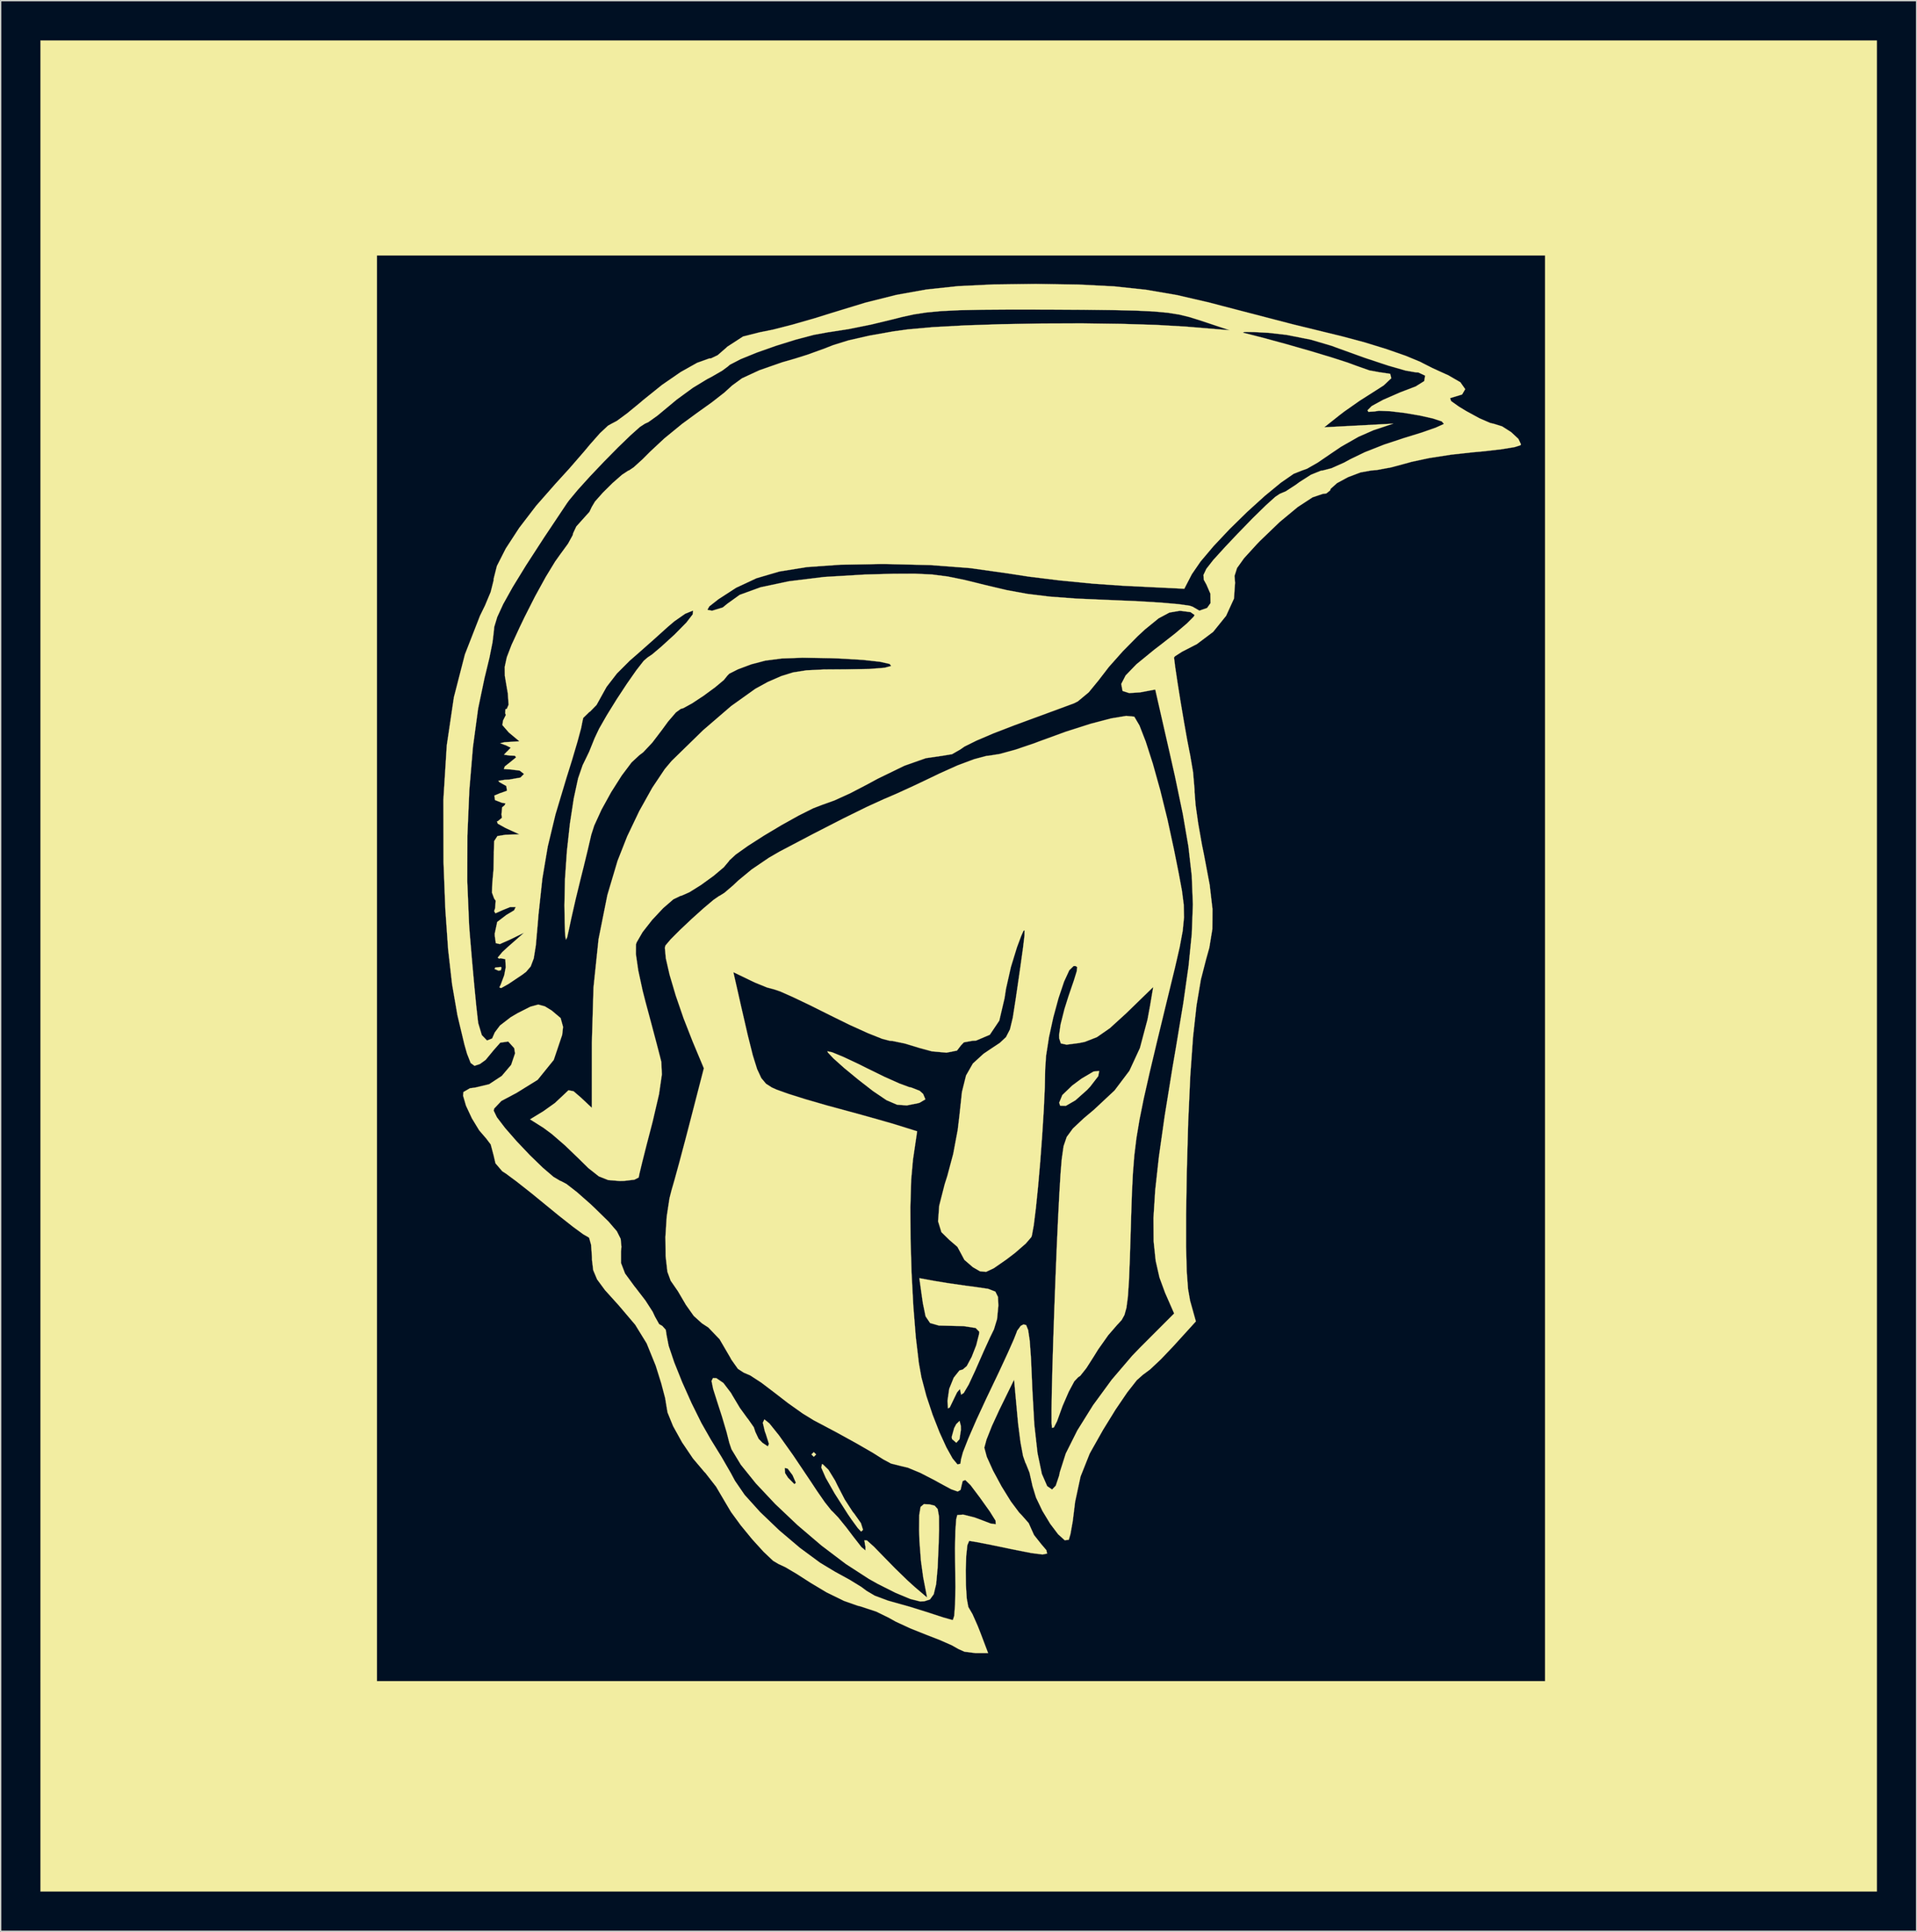
<source format=kicad_pcb>
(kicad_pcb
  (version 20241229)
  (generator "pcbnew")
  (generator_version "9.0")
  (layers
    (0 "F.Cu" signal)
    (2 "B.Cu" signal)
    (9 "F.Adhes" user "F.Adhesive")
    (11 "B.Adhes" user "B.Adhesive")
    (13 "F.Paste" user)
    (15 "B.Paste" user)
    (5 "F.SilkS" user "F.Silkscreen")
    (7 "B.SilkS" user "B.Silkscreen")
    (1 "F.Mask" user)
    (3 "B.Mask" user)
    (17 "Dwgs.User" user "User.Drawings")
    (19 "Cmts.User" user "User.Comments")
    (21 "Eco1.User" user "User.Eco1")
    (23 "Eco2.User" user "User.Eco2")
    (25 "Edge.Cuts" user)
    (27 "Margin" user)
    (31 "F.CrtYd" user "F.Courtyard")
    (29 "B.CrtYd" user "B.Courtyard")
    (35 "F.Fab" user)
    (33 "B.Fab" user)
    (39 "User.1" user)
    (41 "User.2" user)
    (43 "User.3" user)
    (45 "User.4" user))
  (footprint "MFam"
    (layer "F.Cu")
    (at 69.149 69.855)
    (property "Reference" "MFam" (at 0 0 0) (layer "F.SilkS") (effects (font (size 1.524 1.524) (thickness 0.3))))
    (attr through_hole)
    (fp_poly (pts (xy -10.583 36.865) (xy -10.76 37.042) (xy -10.936 36.865) (xy -10.76 36.689) (xy -10.583 36.865)) (stroke (width 0.01) (type solid)) (fill yes) (layer "F.SilkS"))
    (fp_poly (pts (xy -34.337 0.118) (xy -34.385 0.327) (xy -34.572 0.353) (xy -34.863 0.224) (xy -34.807 0.118) (xy -34.389 0.075) (xy -34.337 0.118)) (stroke (width 0.01) (type solid)) (fill yes) (layer "F.SilkS"))
    (fp_poly (pts (xy 0.34 34.704) (xy 0.347 35.013) (xy 0.241 35.717) (xy 0 35.983) (xy -0.324 35.705) (xy -0.347 35.542) (xy -0.162 34.875) (xy 0 34.572) (xy 0.245 34.334) (xy 0.34 34.704)) (stroke (width 0.01) (type solid)) (fill yes) (layer "F.SilkS"))
    (fp_poly (pts (xy 69.497 69.85) (xy -69.144 69.85) (xy -69.144 -53.622) (xy -43.744 -53.622) (xy -43.744 53.975) (xy 44.45 53.975) (xy 44.45 -53.622) (xy -43.744 -53.622) (xy -69.144 -53.622) (xy -69.144 -69.85) (xy 69.497 -69.85) (xy 69.497 69.85)) (stroke (width 0.01) (type solid)) (fill yes) (layer "F.SilkS"))
    (fp_poly (pts (xy 10.715 8.316) (xy 10.111 9.101) (xy 9.873 9.354) (xy 8.993 10.137) (xy 8.273 10.553) (xy 7.839 10.544) (xy 7.767 10.319) (xy 8.004 9.741) (xy 8.751 9.022) (xy 9.457 8.499) (xy 10.364 7.965) (xy 10.791 7.921) (xy 10.715 8.316)) (stroke (width 0.01) (type solid)) (fill yes) (layer "F.SilkS"))
    (fp_poly (pts (xy -10.075 37.612) (xy -9.654 38.022) (xy -9.151 38.84) (xy -8.979 39.195) (xy -8.422 40.271) (xy -7.831 41.183) (xy -7.7 41.345) (xy -7.203 42.048) (xy -7.042 42.553) (xy -7.184 42.686) (xy -7.437 42.421) (xy -7.928 41.75) (xy -8.191 41.363) (xy -9.183 39.809) (xy -9.86 38.621) (xy -10.191 37.863) (xy -10.144 37.596) (xy -10.075 37.612)) (stroke (width 0.01) (type solid)) (fill yes) (layer "F.SilkS"))
    (fp_poly (pts (xy -9.367 6.516) (xy -8.53 6.861) (xy -7.367 7.407) (xy -6.731 7.725) (xy -5.413 8.37) (xy -4.299 8.867) (xy -3.561 9.141) (xy -3.4 9.172) (xy -2.765 9.421) (xy -2.505 9.658) (xy -2.335 10.065) (xy -2.768 10.321) (xy -2.903 10.359) (xy -3.74 10.524) (xy -4.473 10.47) (xy -5.266 10.131) (xy -6.287 9.441) (xy -7.384 8.589) (xy -8.466 7.699) (xy -9.275 6.976) (xy -9.698 6.526) (xy -9.729 6.437) (xy -9.367 6.516)) (stroke (width 0.01) (type solid)) (fill yes) (layer "F.SilkS"))
    (fp_poly (pts (xy -1.66 23.768) (xy -0.626 23.937) (xy 0.699 24.127) (xy 1.323 24.208) (xy 2.397 24.365) (xy 2.947 24.577) (xy 3.147 24.979) (xy 3.175 25.631) (xy 3.077 26.646) (xy 2.84 27.428) (xy 2.837 27.433) (xy 2.537 28.047) (xy 2.059 29.096) (xy 1.501 30.366) (xy 1.436 30.515) (xy 0.941 31.58) (xy 0.561 32.227) (xy 0.362 32.355) (xy 0.347 32.279) (xy 0.274 31.927) (xy 0.061 32.172) (xy -0.164 32.632) (xy -0.493 33.316) (xy -0.628 33.389) (xy -0.663 32.884) (xy -0.664 32.808) (xy -0.535 31.913) (xy -0.195 31.072) (xy 0.235 30.529) (xy 0.498 30.45) (xy 0.791 30.195) (xy 1.162 29.503) (xy 1.507 28.62) (xy 1.717 27.789) (xy 1.737 27.605) (xy 1.46 27.321) (xy 0.555 27.182) (xy -0.187 27.164) (xy -1.324 27.137) (xy -1.978 26.949) (xy -2.321 26.441) (xy -2.524 25.453) (xy -2.6 24.921) (xy -2.79 23.561) (xy -1.66 23.768)) (stroke (width 0.01) (type solid)) (fill yes) (layer "F.SilkS"))
    (fp_poly (pts (xy -18.116 31.108) (xy -17.584 31.473) (xy -17.01 32.228) (xy -16.916 32.395) (xy -16.338 33.359) (xy -15.774 34.135) (xy -15.728 34.187) (xy -15.287 34.817) (xy -15.169 35.174) (xy -14.925 35.688) (xy -14.64 35.983) (xy -14.227 36.26) (xy -14.146 36.065) (xy -14.381 35.323) (xy -14.455 35.124) (xy -14.608 34.473) (xy -14.489 34.219) (xy -14.113 34.523) (xy -13.39 35.424) (xy -12.331 36.913) (xy -10.944 38.977) (xy -10.542 39.588) (xy -9.93 40.471) (xy -9.439 41.089) (xy -9.296 41.225) (xy -8.92 41.618) (xy -8.294 42.389) (xy -7.802 43.039) (xy -7.161 43.861) (xy -6.858 44.113) (xy -6.857 43.824) (xy -6.878 43.744) (xy -6.942 43.343) (xy -6.748 43.356) (xy -6.222 43.827) (xy -5.591 44.476) (xy -4.603 45.485) (xy -3.656 46.403) (xy -3.13 46.878) (xy -2.204 47.666) (xy -2.498 46.146) (xy -2.67 44.889) (xy -2.784 43.373) (xy -2.807 42.573) (xy -2.796 41.426) (xy -2.697 40.826) (xy -2.449 40.616) (xy -2.028 40.633) (xy -1.636 40.731) (xy -1.407 40.986) (xy -1.307 41.548) (xy -1.301 42.566) (xy -1.331 43.568) (xy -1.409 45.405) (xy -1.521 46.649) (xy -1.703 47.413) (xy -1.99 47.809) (xy -2.42 47.949) (xy -2.741 47.958) (xy -3.465 47.776) (xy -4.595 47.305) (xy -5.937 46.629) (xy -6.597 46.259) (xy -8.347 45.126) (xy -10.178 43.739) (xy -11.988 42.197) (xy -13.674 40.6) (xy -15.134 39.047) (xy -16.069 37.885) (xy -12.955 37.885) (xy -12.927 38.276) (xy -12.707 38.621) (xy -12.224 39.107) (xy -12.111 39.004) (xy -12.363 38.423) (xy -12.733 37.932) (xy -12.955 37.885) (xy -16.069 37.885) (xy -16.268 37.638) (xy -16.973 36.471) (xy -17.137 35.986) (xy -17.343 35.171) (xy -17.695 33.988) (xy -17.999 33.048) (xy -18.357 31.923) (xy -18.479 31.32) (xy -18.372 31.1) (xy -18.116 31.108)) (stroke (width 0.01) (type solid)) (fill yes) (layer "F.SilkS"))
    (fp_poly (pts (xy 9.201 -51.431) (xy 11.91 -51.293) (xy 14.33 -51.036) (xy 16.667 -50.634) (xy 19.128 -50.064) (xy 20.108 -49.806) (xy 25.396 -48.431) (xy 29.104 -47.525) (xy 30.743 -47.09) (xy 32.42 -46.576) (xy 33.919 -46.054) (xy 35.023 -45.597) (xy 35.278 -45.464) (xy 35.936 -45.131) (xy 36.897 -44.691) (xy 37.13 -44.59) (xy 38.058 -44.052) (xy 38.42 -43.534) (xy 38.185 -43.132) (xy 37.659 -42.971) (xy 37.279 -42.859) (xy 37.352 -42.637) (xy 37.945 -42.216) (xy 38.484 -41.888) (xy 39.49 -41.339) (xy 40.303 -40.985) (xy 40.6 -40.914) (xy 41.208 -40.725) (xy 41.892 -40.288) (xy 42.438 -39.779) (xy 42.63 -39.371) (xy 42.593 -39.301) (xy 42.148 -39.16) (xy 41.17 -39) (xy 39.832 -38.845) (xy 39.071 -38.777) (xy 37.368 -38.592) (xy 35.7 -38.333) (xy 34.355 -38.046) (xy 34.043 -37.957) (xy 32.827 -37.63) (xy 31.734 -37.429) (xy 31.338 -37.398) (xy 30.518 -37.251) (xy 29.57 -36.892) (xy 28.737 -36.44) (xy 28.261 -36.012) (xy 28.224 -35.895) (xy 27.934 -35.663) (xy 27.67 -35.631) (xy 26.893 -35.369) (xy 25.775 -34.638) (xy 24.417 -33.513) (xy 22.92 -32.074) (xy 22.683 -31.828) (xy 21.723 -30.776) (xy 21.194 -30.035) (xy 21.005 -29.44) (xy 21.045 -28.919) (xy 20.962 -27.726) (xy 20.368 -26.427) (xy 19.391 -25.217) (xy 18.158 -24.29) (xy 17.924 -24.171) (xy 17.045 -23.719) (xy 16.512 -23.377) (xy 16.437 -23.283) (xy 16.525 -22.57) (xy 16.703 -21.376) (xy 16.937 -19.918) (xy 17.191 -18.409) (xy 17.43 -17.063) (xy 17.617 -16.096) (xy 17.648 -15.958) (xy 17.874 -14.633) (xy 17.988 -13.305) (xy 17.992 -13.101) (xy 18.065 -12.149) (xy 18.263 -10.751) (xy 18.547 -9.145) (xy 18.692 -8.432) (xy 19.129 -6.124) (xy 19.34 -4.301) (xy 19.33 -2.78) (xy 19.102 -1.378) (xy 18.855 -0.497) (xy 18.463 1.034) (xy 18.137 2.965) (xy 17.873 5.358) (xy 17.665 8.273) (xy 17.507 11.773) (xy 17.399 15.669) (xy 17.35 18.749) (xy 17.348 21.187) (xy 17.397 23.044) (xy 17.496 24.38) (xy 17.649 25.257) (xy 17.657 25.288) (xy 18.087 26.823) (xy 16.363 28.72) (xy 15.441 29.686) (xy 14.641 30.439) (xy 14.129 30.822) (xy 14.111 30.83) (xy 13.63 31.256) (xy 12.906 32.179) (xy 12.027 33.471) (xy 11.08 35.005) (xy 10.149 36.654) (xy 10.064 36.813) (xy 9.381 38.528) (xy 8.966 40.456) (xy 8.939 40.694) (xy 8.789 41.916) (xy 8.617 42.881) (xy 8.491 43.308) (xy 8.187 43.342) (xy 7.686 42.887) (xy 7.09 42.098) (xy 6.501 41.124) (xy 6.02 40.119) (xy 5.748 39.234) (xy 5.741 39.192) (xy 5.525 38.23) (xy 5.254 37.556) (xy 5.222 37.509) (xy 5.041 36.983) (xy 4.847 35.948) (xy 4.673 34.599) (xy 4.63 34.158) (xy 4.363 31.221) (xy 3.24 33.514) (xy 2.684 34.723) (xy 2.282 35.736) (xy 2.117 36.343) (xy 2.117 36.362) (xy 2.301 37.047) (xy 2.775 38.093) (xy 3.419 39.285) (xy 4.115 40.41) (xy 4.744 41.252) (xy 4.933 41.446) (xy 5.463 42.047) (xy 5.644 42.453) (xy 5.866 42.945) (xy 6.401 43.622) (xy 6.411 43.634) (xy 6.798 44.089) (xy 6.856 44.347) (xy 6.501 44.416) (xy 5.65 44.305) (xy 4.219 44.023) (xy 3.704 43.915) (xy 2.452 43.657) (xy 1.478 43.47) (xy 0.982 43.392) (xy 0.97 43.392) (xy 0.835 43.708) (xy 0.749 44.515) (xy 0.712 45.598) (xy 0.726 46.743) (xy 0.789 47.738) (xy 0.904 48.369) (xy 0.957 48.464) (xy 1.223 48.922) (xy 1.61 49.794) (xy 1.805 50.287) (xy 2.401 51.858) (xy 1.448 51.858) (xy 0.614 51.752) (xy 0.159 51.549) (xy -0.334 51.269) (xy -1.271 50.858) (xy -2.216 50.492) (xy -3.473 49.99) (xy -4.578 49.479) (xy -5.119 49.177) (xy -6.038 48.728) (xy -7.202 48.342) (xy -7.431 48.286) (xy -8.482 47.916) (xy -9.8 47.271) (xy -10.991 46.558) (xy -12.066 45.868) (xy -12.915 45.368) (xy -13.368 45.157) (xy -13.382 45.156) (xy -13.827 44.894) (xy -14.547 44.213) (xy -15.407 43.267) (xy -16.272 42.213) (xy -17.009 41.205) (xy -17.466 40.435) (xy -18.133 39.3) (xy -18.936 38.269) (xy -19.038 38.163) (xy -19.879 37.169) (xy -20.702 35.952) (xy -21.383 34.724) (xy -21.8 33.697) (xy -21.872 33.28) (xy -21.982 32.608) (xy -22.272 31.506) (xy -22.68 30.204) (xy -22.704 30.135) (xy -23.375 28.483) (xy -24.241 27.076) (xy -25.497 25.597) (xy -25.518 25.575) (xy -26.522 24.463) (xy -27.119 23.653) (xy -27.413 22.957) (xy -27.505 22.188) (xy -27.509 21.96) (xy -27.572 21.044) (xy -27.72 20.514) (xy -27.793 20.461) (xy -28.164 20.249) (xy -28.946 19.675) (xy -30.01 18.837) (xy -30.851 18.149) (xy -32.091 17.136) (xy -33.186 16.274) (xy -33.989 15.678) (xy -34.279 15.491) (xy -34.791 14.892) (xy -34.925 14.318) (xy -35.15 13.468) (xy -35.48 13.031) (xy -36.023 12.4) (xy -36.574 11.492) (xy -37.017 10.543) (xy -37.238 9.786) (xy -37.211 9.513) (xy -36.721 9.229) (xy -36.303 9.172) (xy -35.27 8.925) (xy -34.315 8.298) (xy -33.607 7.463) (xy -33.314 6.593) (xy -33.377 6.199) (xy -33.829 5.701) (xy -34.431 5.788) (xy -34.921 6.342) (xy -35.534 7.085) (xy -35.967 7.399) (xy -36.374 7.535) (xy -36.664 7.319) (xy -36.938 6.622) (xy -37.141 5.908) (xy -37.665 3.711) (xy -38.068 1.374) (xy -38.366 -1.244) (xy -38.577 -4.284) (xy -38.659 -6.393) (xy -36.921 -6.393) (xy -36.784 -3.11) (xy -36.731 -2.403) (xy -36.562 -0.409) (xy -36.395 1.439) (xy -36.246 2.98) (xy -36.128 4.048) (xy -36.092 4.322) (xy -35.822 5.219) (xy -35.431 5.625) (xy -35.043 5.471) (xy -34.843 5.016) (xy -34.452 4.494) (xy -33.641 3.868) (xy -33.105 3.553) (xy -32.154 3.073) (xy -31.56 2.911) (xy -31.061 3.048) (xy -30.547 3.363) (xy -29.873 3.93) (xy -29.69 4.594) (xy -29.754 5.194) (xy -30.393 7.089) (xy -31.607 8.59) (xy -33.192 9.572) (xy -34.349 10.187) (xy -34.891 10.76) (xy -34.925 10.922) (xy -34.687 11.416) (xy -34.062 12.235) (xy -33.186 13.237) (xy -32.196 14.279) (xy -31.228 15.218) (xy -30.416 15.914) (xy -29.897 16.223) (xy -29.858 16.228) (xy -29.428 16.457) (xy -28.643 17.067) (xy -27.649 17.942) (xy -27.308 18.262) (xy -26.253 19.295) (xy -25.629 20.02) (xy -25.339 20.599) (xy -25.284 21.191) (xy -25.315 21.544) (xy -25.315 22.417) (xy -25.009 23.21) (xy -24.292 24.189) (xy -24.217 24.28) (xy -23.472 25.248) (xy -22.921 26.104) (xy -22.752 26.466) (xy -22.435 27.032) (xy -22.201 27.164) (xy -21.935 27.46) (xy -21.872 27.877) (xy -21.717 28.67) (xy -21.301 29.906) (xy -20.699 31.408) (xy -19.988 32.999) (xy -19.243 34.502) (xy -18.538 35.739) (xy -18.496 35.807) (xy -17.735 37.041) (xy -17.025 38.27) (xy -16.709 38.859) (xy -15.98 39.92) (xy -14.814 41.212) (xy -13.371 42.593) (xy -11.808 43.917) (xy -10.286 45.039) (xy -9.172 45.711) (xy -8.063 46.319) (xy -7.174 46.864) (xy -6.775 47.162) (xy -6.16 47.525) (xy -5.178 47.893) (xy -4.835 47.99) (xy -3.479 48.371) (xy -2.105 48.8) (xy -1.94 48.856) (xy -1.002 49.161) (xy -0.361 49.344) (xy -0.259 49.363) (xy -0.158 49.045) (xy -0.092 48.164) (xy -0.067 46.861) (xy -0.083 45.539) (xy -0.099 43.955) (xy -0.071 42.638) (xy -0.005 41.745) (xy 0.074 41.438) (xy 0.523 41.406) (xy 1.363 41.617) (xy 1.782 41.77) (xy 2.587 42.077) (xy 2.981 42.133) (xy 2.962 41.857) (xy 2.53 41.167) (xy 1.764 40.094) (xy 1.076 39.181) (xy 0.68 38.795) (xy 0.482 38.868) (xy 0.414 39.142) (xy 0.322 39.54) (xy 0.106 39.664) (xy -0.384 39.492) (xy -1.3 38.998) (xy -1.609 38.824) (xy -2.723 38.25) (xy -3.669 37.86) (xy -4.149 37.747) (xy -4.929 37.551) (xy -5.506 37.24) (xy -6.316 36.73) (xy -7.574 36.005) (xy -9.099 35.166) (xy -10.709 34.314) (xy -10.76 34.288) (xy -11.592 33.777) (xy -12.702 32.99) (xy -13.702 32.217) (xy -14.715 31.448) (xy -15.557 30.9) (xy -16.044 30.692) (xy -16.488 30.404) (xy -16.989 29.696) (xy -17.068 29.545) (xy -17.873 28.167) (xy -18.721 27.283) (xy -19.202 26.969) (xy -19.821 26.41) (xy -20.429 25.551) (xy -20.471 25.474) (xy -21.022 24.536) (xy -21.536 23.794) (xy -21.56 23.763) (xy -21.812 23.075) (xy -21.946 21.898) (xy -21.962 20.443) (xy -21.864 18.915) (xy -21.652 17.525) (xy -21.501 16.933) (xy -21.258 16.092) (xy -20.894 14.762) (xy -20.462 13.139) (xy -20.089 11.709) (xy -19.059 7.72) (xy -19.899 5.712) (xy -20.589 3.951) (xy -21.184 2.222) (xy -21.645 0.664) (xy -21.931 -0.583) (xy -22.004 -1.378) (xy -21.959 -1.546) (xy -21.566 -2.009) (xy -20.846 -2.73) (xy -19.961 -3.565) (xy -19.069 -4.366) (xy -18.33 -4.988) (xy -17.904 -5.284) (xy -17.873 -5.292) (xy -17.511 -5.517) (xy -16.844 -6.087) (xy -16.456 -6.453) (xy -15.444 -7.288) (xy -14.15 -8.167) (xy -13.363 -8.623) (xy -10.763 -9.99) (xy -8.531 -11.133) (xy -6.743 -12.012) (xy -5.477 -12.59) (xy -5.291 -12.667) (xy -4.392 -13.057) (xy -3.103 -13.649) (xy -1.665 -14.334) (xy -1.284 -14.519) (xy 0.103 -15.142) (xy 1.367 -15.614) (xy 2.293 -15.858) (xy 2.486 -15.875) (xy 3.28 -16.001) (xy 4.493 -16.335) (xy 5.895 -16.811) (xy 6.239 -16.942) (xy 8.294 -17.691) (xy 10.148 -18.282) (xy 11.693 -18.686) (xy 12.819 -18.874) (xy 13.417 -18.82) (xy 13.449 -18.795) (xy 13.827 -18.151) (xy 14.3 -16.936) (xy 14.834 -15.273) (xy 15.39 -13.284) (xy 15.933 -11.091) (xy 16.427 -8.816) (xy 16.461 -8.646) (xy 16.797 -6.968) (xy 17.036 -5.678) (xy 17.17 -4.627) (xy 17.191 -3.667) (xy 17.092 -2.649) (xy 16.865 -1.425) (xy 16.501 0.156) (xy 15.992 2.241) (xy 15.85 2.822) (xy 15.142 5.742) (xy 14.582 8.098) (xy 14.15 10.011) (xy 13.829 11.602) (xy 13.598 12.994) (xy 13.438 14.307) (xy 13.331 15.663) (xy 13.257 17.184) (xy 13.197 18.99) (xy 13.175 19.756) (xy 13.104 22.057) (xy 13.035 23.76) (xy 12.953 24.971) (xy 12.844 25.797) (xy 12.692 26.344) (xy 12.482 26.72) (xy 12.199 27.03) (xy 12.151 27.077) (xy 11.47 27.864) (xy 10.706 28.944) (xy 10.388 29.458) (xy 9.816 30.354) (xy 9.359 30.929) (xy 9.192 31.044) (xy 8.908 31.348) (xy 8.487 32.133) (xy 8.019 33.213) (xy 7.606 34.358) (xy 7.365 34.828) (xy 7.224 34.858) (xy 7.192 34.475) (xy 7.19 33.496) (xy 7.214 32.028) (xy 7.26 30.178) (xy 7.325 28.055) (xy 7.404 25.768) (xy 7.493 23.422) (xy 7.588 21.128) (xy 7.686 18.991) (xy 7.783 17.121) (xy 7.874 15.625) (xy 7.956 14.612) (xy 7.963 14.551) (xy 8.098 13.602) (xy 8.337 12.902) (xy 8.805 12.263) (xy 9.623 11.496) (xy 10.395 10.847) (xy 11.949 9.395) (xy 13.07 7.91) (xy 13.863 6.195) (xy 14.433 4.056) (xy 14.629 2.999) (xy 14.867 1.587) (xy 12.813 3.582) (xy 11.592 4.693) (xy 10.617 5.369) (xy 9.7 5.728) (xy 9.26 5.818) (xy 8.325 5.938) (xy 7.891 5.845) (xy 7.767 5.459) (xy 7.761 5.202) (xy 7.874 4.407) (xy 8.168 3.244) (xy 8.467 2.293) (xy 8.88 1.086) (xy 9.091 0.4) (xy 9.127 0.088) (xy 9.011 0.003) (xy 8.857 0) (xy 8.529 0.322) (xy 8.135 1.18) (xy 7.719 2.415) (xy 7.324 3.867) (xy 6.995 5.375) (xy 6.776 6.78) (xy 6.709 7.8) (xy 6.682 9.16) (xy 6.604 10.863) (xy 6.485 12.768) (xy 6.339 14.733) (xy 6.176 16.614) (xy 6.009 18.269) (xy 5.849 19.557) (xy 5.708 20.333) (xy 5.664 20.461) (xy 5.24 20.953) (xy 4.435 21.653) (xy 3.774 22.157) (xy 2.836 22.807) (xy 2.247 23.085) (xy 1.788 23.042) (xy 1.253 22.734) (xy 0.612 22.18) (xy 0.353 21.696) (xy 0.084 21.198) (xy -0.529 20.67) (xy -1.124 20.088) (xy -1.377 19.27) (xy -1.292 18.098) (xy -0.872 16.456) (xy -0.674 15.833) (xy -0.235 14.192) (xy 0.107 12.374) (xy 0.235 11.289) (xy 0.425 9.514) (xy 0.736 8.264) (xy 1.252 7.361) (xy 2.056 6.626) (xy 2.573 6.277) (xy 3.289 5.803) (xy 3.754 5.366) (xy 4.051 4.788) (xy 4.266 3.893) (xy 4.483 2.505) (xy 4.524 2.223) (xy 4.832 0.103) (xy 5.039 -1.382) (xy 5.147 -2.294) (xy 5.156 -2.698) (xy 5.069 -2.654) (xy 4.884 -2.227) (xy 4.604 -1.48) (xy 4.581 -1.417) (xy 4.119 0.086) (xy 3.753 1.714) (xy 3.642 2.431) (xy 3.246 4.124) (xy 2.529 5.191) (xy 1.489 5.631) (xy 1.235 5.644) (xy 0.572 5.763) (xy 0.353 5.991) (xy 0.049 6.387) (xy -0.741 6.542) (xy -1.837 6.445) (xy -2.778 6.189) (xy -3.875 5.855) (xy -4.798 5.663) (xy -5.034 5.644) (xy -5.616 5.49) (xy -6.67 5.069) (xy -8.046 4.446) (xy -9.556 3.704) (xy -11.063 2.952) (xy -12.356 2.336) (xy -13.299 1.919) (xy -13.754 1.764) (xy -13.755 1.764) (xy -14.297 1.62) (xy -15.177 1.261) (xy -15.488 1.115) (xy -16.832 0.466) (xy -16.225 3.143) (xy -15.743 5.234) (xy -15.364 6.745) (xy -15.039 7.785) (xy -14.723 8.463) (xy -14.368 8.888) (xy -13.927 9.171) (xy -13.571 9.33) (xy -12.683 9.649) (xy -11.343 10.07) (xy -9.782 10.521) (xy -9.087 10.71) (xy -7.468 11.149) (xy -5.934 11.577) (xy -4.731 11.924) (xy -4.389 12.029) (xy -2.957 12.477) (xy -3.271 14.617) (xy -3.409 16.155) (xy -3.468 18.212) (xy -3.455 20.608) (xy -3.378 23.162) (xy -3.243 25.692) (xy -3.058 28.018) (xy -2.829 29.958) (xy -2.635 31.044) (xy -2.263 32.446) (xy -1.792 33.863) (xy -1.271 35.192) (xy -0.751 36.331) (xy -0.28 37.175) (xy 0.091 37.621) (xy 0.312 37.566) (xy 0.353 37.245) (xy 0.501 36.703) (xy 0.907 35.666) (xy 1.513 34.272) (xy 2.261 32.657) (xy 2.469 32.222) (xy 3.24 30.607) (xy 3.885 29.215) (xy 4.348 28.171) (xy 4.573 27.6) (xy 4.586 27.541) (xy 4.864 27.162) (xy 5.072 27.053) (xy 5.272 27.1) (xy 5.425 27.478) (xy 5.542 28.275) (xy 5.637 29.584) (xy 5.721 31.492) (xy 5.735 31.866) (xy 5.889 34.601) (xy 6.132 36.769) (xy 6.458 38.332) (xy 6.86 39.257) (xy 7.232 39.512) (xy 7.51 39.222) (xy 7.764 38.464) (xy 7.816 38.2) (xy 8.265 36.795) (xy 9.133 35.062) (xy 10.324 33.153) (xy 11.739 31.22) (xy 13.282 29.415) (xy 13.862 28.813) (xy 16.448 26.226) (xy 15.764 24.667) (xy 15.34 23.515) (xy 15.05 22.24) (xy 14.897 20.767) (xy 14.885 19.018) (xy 15.017 16.917) (xy 15.297 14.388) (xy 15.727 11.354) (xy 16.311 7.738) (xy 16.578 6.174) (xy 17.135 2.82) (xy 17.536 0.001) (xy 17.779 -2.438) (xy 17.86 -4.652) (xy 17.776 -6.795) (xy 17.524 -9.021) (xy 17.1 -11.485) (xy 16.503 -14.341) (xy 16.132 -15.988) (xy 15.02 -20.864) (xy 13.887 -20.652) (xy 13.054 -20.597) (xy 12.564 -20.752) (xy 12.55 -20.771) (xy 12.453 -21.284) (xy 12.784 -21.927) (xy 13.597 -22.768) (xy 14.951 -23.876) (xy 15.388 -24.209) (xy 16.528 -25.099) (xy 17.415 -25.854) (xy 17.921 -26.362) (xy 17.992 -26.49) (xy 17.683 -26.706) (xy 16.932 -26.801) (xy 16.845 -26.801) (xy 16.087 -26.673) (xy 15.273 -26.238) (xy 14.242 -25.399) (xy 13.697 -24.894) (xy 12.571 -23.755) (xy 11.522 -22.575) (xy 10.774 -21.605) (xy 10.761 -21.585) (xy 9.997 -20.654) (xy 9.173 -19.97) (xy 8.882 -19.823) (xy 8.164 -19.558) (xy 6.968 -19.117) (xy 5.48 -18.57) (xy 4.313 -18.14) (xy 2.798 -17.555) (xy 1.518 -17.008) (xy 0.627 -16.567) (xy 0.301 -16.342) (xy -0.326 -15.983) (xy -1.013 -15.87) (xy -2.303 -15.683) (xy -3.917 -15.114) (xy -5.946 -14.128) (xy -6.703 -13.717) (xy -7.992 -13.046) (xy -9.189 -12.5) (xy -10.039 -12.194) (xy -10.054 -12.191) (xy -10.806 -11.903) (xy -11.907 -11.351) (xy -13.2 -10.631) (xy -14.527 -9.838) (xy -15.732 -9.066) (xy -16.655 -8.41) (xy -17.139 -7.965) (xy -17.169 -7.911) (xy -17.555 -7.451) (xy -18.327 -6.802) (xy -19.266 -6.122) (xy -20.151 -5.568) (xy -20.764 -5.298) (xy -20.825 -5.292) (xy -21.365 -5.03) (xy -22.133 -4.366) (xy -22.962 -3.481) (xy -23.685 -2.559) (xy -24.136 -1.78) (xy -24.187 -1.625) (xy -24.192 -0.895) (xy -24.013 0.332) (xy -23.679 1.88) (xy -23.467 2.705) (xy -23.039 4.299) (xy -22.655 5.747) (xy -22.37 6.841) (xy -22.272 7.232) (xy -22.228 8.183) (xy -22.443 9.669) (xy -22.926 11.745) (xy -22.991 11.994) (xy -23.39 13.525) (xy -23.712 14.8) (xy -23.92 15.666) (xy -23.978 15.963) (xy -24.299 16.128) (xy -25.088 16.221) (xy -25.42 16.228) (xy -26.279 16.159) (xy -26.992 15.874) (xy -27.78 15.252) (xy -28.507 14.537) (xy -29.535 13.548) (xy -30.533 12.684) (xy -31.171 12.211) (xy -32.18 11.575) (xy -31.171 10.96) (xy -30.304 10.342) (xy -29.669 9.747) (xy -29.281 9.379) (xy -28.898 9.454) (xy -28.346 9.928) (xy -27.517 10.706) (xy -27.515 5.794) (xy -27.392 1.633) (xy -27.009 -2.029) (xy -26.342 -5.357) (xy -25.573 -7.938) (xy -24.845 -9.784) (xy -23.935 -11.69) (xy -22.951 -13.453) (xy -22.003 -14.869) (xy -21.489 -15.478) (xy -19.12 -17.789) (xy -16.996 -19.618) (xy -15.169 -20.921) (xy -14.23 -21.436) (xy -13.219 -21.877) (xy -12.315 -22.159) (xy -11.31 -22.315) (xy -9.996 -22.379) (xy -8.382 -22.388) (xy -6.56 -22.417) (xy -5.413 -22.508) (xy -4.914 -22.642) (xy -5.037 -22.798) (xy -5.757 -22.958) (xy -7.046 -23.101) (xy -8.88 -23.209) (xy -9.518 -23.232) (xy -11.615 -23.264) (xy -13.189 -23.207) (xy -14.415 -23.047) (xy -15.472 -22.771) (xy -15.498 -22.762) (xy -16.494 -22.388) (xy -17.143 -22.06) (xy -17.286 -21.912) (xy -17.554 -21.58) (xy -18.222 -21.025) (xy -19.089 -20.39) (xy -19.952 -19.821) (xy -20.61 -19.46) (xy -20.807 -19.403) (xy -21.172 -19.135) (xy -21.765 -18.445) (xy -22.221 -17.821) (xy -22.952 -16.861) (xy -23.634 -16.135) (xy -23.939 -15.902) (xy -24.516 -15.367) (xy -25.261 -14.377) (xy -26.057 -13.124) (xy -26.788 -11.799) (xy -27.339 -10.594) (xy -27.56 -9.907) (xy -27.805 -8.852) (xy -28.139 -7.477) (xy -28.377 -6.526) (xy -28.735 -5.059) (xy -29.072 -3.581) (xy -29.232 -2.822) (xy -29.377 -2.166) (xy -29.473 -1.98) (xy -29.531 -2.323) (xy -29.566 -3.258) (xy -29.585 -4.586) (xy -29.545 -6.558) (xy -29.399 -8.667) (xy -29.171 -10.748) (xy -28.882 -12.635) (xy -28.553 -14.163) (xy -28.206 -15.165) (xy -28.176 -15.222) (xy -27.719 -16.166) (xy -27.308 -17.186) (xy -26.969 -17.903) (xy -26.383 -18.927) (xy -25.653 -20.106) (xy -24.878 -21.285) (xy -24.161 -22.311) (xy -23.602 -23.028) (xy -23.308 -23.283) (xy -22.971 -23.508) (xy -22.27 -24.101) (xy -21.35 -24.94) (xy -21.236 -25.047) (xy -20.379 -25.918) (xy -19.9 -26.537) (xy -19.872 -26.807) (xy -19.908 -26.811) (xy -20.467 -26.586) (xy -21.289 -26.014) (xy -21.778 -25.598) (xy -22.854 -24.629) (xy -24.087 -23.539) (xy -24.66 -23.04) (xy -25.623 -22.077) (xy -26.405 -21.065) (xy -26.7 -20.534) (xy -27.164 -19.698) (xy -27.653 -19.197) (xy -27.704 -19.173) (xy -28.166 -18.723) (xy -28.222 -18.477) (xy -28.325 -17.954) (xy -28.605 -16.92) (xy -29.016 -15.531) (xy -29.435 -14.193) (xy -30.259 -11.45) (xy -30.844 -9.022) (xy -31.253 -6.595) (xy -31.546 -3.857) (xy -31.61 -3.076) (xy -31.745 -1.559) (xy -31.901 -0.579) (xy -32.131 0.033) (xy -32.486 0.446) (xy -32.77 0.659) (xy -33.813 1.359) (xy -34.364 1.667) (xy -34.497 1.616) (xy -34.396 1.411) (xy -34.131 0.704) (xy -34.017 0.095) (xy -34.049 -0.514) (xy -34.413 -0.584) (xy -34.512 -0.553) (xy -34.626 -0.629) (xy -34.273 -1.051) (xy -33.867 -1.428) (xy -32.632 -2.51) (xy -33.725 -1.979) (xy -34.462 -1.653) (xy -34.766 -1.721) (xy -34.842 -2.267) (xy -34.847 -2.443) (xy -34.661 -3.322) (xy -33.973 -3.848) (xy -33.386 -4.2) (xy -33.262 -4.452) (xy -33.678 -4.451) (xy -34.243 -4.221) (xy -34.796 -3.974) (xy -34.89 -4.14) (xy -34.818 -4.357) (xy -34.776 -4.928) (xy -34.893 -5.095) (xy -35.056 -5.536) (xy -35.032 -6.253) (xy -34.939 -7.297) (xy -34.916 -8.492) (xy -34.918 -8.555) (xy -34.89 -9.425) (xy -34.644 -9.805) (xy -34.031 -9.904) (xy -33.969 -9.906) (xy -32.985 -9.935) (xy -34.043 -10.42) (xy -34.619 -10.742) (xy -34.681 -10.913) (xy -34.623 -10.92) (xy -34.304 -11.184) (xy -34.338 -11.442) (xy -34.287 -11.979) (xy -34.111 -12.12) (xy -34.028 -12.271) (xy -34.308 -12.319) (xy -34.826 -12.52) (xy -34.877 -12.862) (xy -34.424 -13.052) (xy -34.396 -13.053) (xy -33.921 -13.227) (xy -33.977 -13.586) (xy -34.484 -13.868) (xy -34.578 -13.976) (xy -34.079 -14.054) (xy -33.758 -14.07) (xy -32.911 -14.218) (xy -32.637 -14.492) (xy -32.96 -14.744) (xy -33.623 -14.828) (xy -34.16 -14.867) (xy -34.085 -15.063) (xy -33.711 -15.357) (xy -33.236 -15.745) (xy -33.325 -15.868) (xy -33.711 -15.88) (xy -34.149 -15.946) (xy -33.932 -16.179) (xy -33.904 -16.197) (xy -33.64 -16.474) (xy -34.027 -16.666) (xy -34.08 -16.68) (xy -34.432 -16.811) (xy -34.125 -16.886) (xy -33.867 -16.904) (xy -32.985 -16.957) (xy -33.786 -17.625) (xy -34.27 -18.181) (xy -34.221 -18.52) (xy -34.01 -18.942) (xy -34.058 -19.074) (xy -34.037 -19.383) (xy -33.938 -19.403) (xy -33.801 -19.718) (xy -33.86 -20.571) (xy -33.953 -21.11) (xy -34.085 -21.897) (xy -34.094 -22.57) (xy -33.938 -23.296) (xy -33.572 -24.245) (xy -32.953 -25.585) (xy -32.603 -26.313) (xy -32.317 -26.878) (xy -18.794 -26.878) (xy -18.441 -26.811) (xy -18.44 -26.811) (xy -17.631 -27.058) (xy -17.287 -27.339) (xy -16.351 -28.011) (xy -14.779 -28.582) (xy -12.634 -29.036) (xy -9.98 -29.361) (xy -6.882 -29.544) (xy -6.87 -29.544) (xy -4.742 -29.603) (xy -3.125 -29.609) (xy -1.827 -29.546) (xy -0.655 -29.397) (xy 0.586 -29.146) (xy 2.088 -28.776) (xy 2.126 -28.766) (xy 3.796 -28.37) (xy 5.378 -28.082) (xy 7.067 -27.876) (xy 9.059 -27.73) (xy 11.548 -27.622) (xy 11.741 -27.615) (xy 13.713 -27.531) (xy 15.428 -27.426) (xy 16.768 -27.31) (xy 17.612 -27.193) (xy 17.847 -27.112) (xy 18.351 -26.817) (xy 18.934 -27.02) (xy 19.197 -27.39) (xy 19.183 -28.098) (xy 18.888 -28.779) (xy 18.686 -29.147) (xy 18.659 -29.507) (xy 18.875 -29.968) (xy 19.399 -30.639) (xy 20.299 -31.628) (xy 21.226 -32.609) (xy 22.374 -33.791) (xy 23.361 -34.756) (xy 24.079 -35.403) (xy 24.418 -35.631) (xy 24.881 -35.828) (xy 25.639 -36.321) (xy 25.898 -36.513) (xy 26.777 -37.075) (xy 27.524 -37.378) (xy 27.664 -37.394) (xy 28.321 -37.564) (xy 29.281 -37.992) (xy 29.747 -38.245) (xy 30.841 -38.775) (xy 32.307 -39.353) (xy 33.832 -39.856) (xy 33.867 -39.866) (xy 35.161 -40.266) (xy 36.191 -40.628) (xy 36.766 -40.885) (xy 36.81 -40.918) (xy 36.653 -41.101) (xy 35.982 -41.322) (xy 34.984 -41.545) (xy 33.848 -41.738) (xy 32.762 -41.868) (xy 31.913 -41.901) (xy 31.563 -41.849) (xy 31.114 -41.821) (xy 31.044 -41.938) (xy 31.361 -42.258) (xy 32.228 -42.731) (xy 33.527 -43.298) (xy 34.682 -43.738) (xy 35.327 -44.142) (xy 35.396 -44.555) (xy 34.887 -44.792) (xy 34.687 -44.803) (xy 33.932 -44.934) (xy 32.622 -45.308) (xy 30.853 -45.894) (xy 28.721 -46.663) (xy 28.355 -46.8) (xy 26.772 -47.268) (xy 24.923 -47.632) (xy 23.592 -47.784) (xy 22.456 -47.844) (xy 21.762 -47.851) (xy 21.627 -47.804) (xy 21.696 -47.784) (xy 23.237 -47.39) (xy 24.972 -46.917) (xy 26.721 -46.416) (xy 28.305 -45.939) (xy 29.545 -45.54) (xy 30.216 -45.291) (xy 31.187 -44.95) (xy 31.992 -44.803) (xy 32.009 -44.803) (xy 32.758 -44.691) (xy 32.841 -44.359) (xy 32.26 -43.814) (xy 31.641 -43.417) (xy 30.442 -42.654) (xy 29.272 -41.833) (xy 28.946 -41.583) (xy 27.779 -40.657) (xy 32.985 -40.931) (xy 31.502 -40.439) (xy 30.366 -39.941) (xy 29.053 -39.194) (xy 28.279 -38.671) (xy 27.285 -37.992) (xy 26.475 -37.529) (xy 26.092 -37.394) (xy 25.468 -37.146) (xy 24.498 -36.473) (xy 23.294 -35.483) (xy 21.972 -34.285) (xy 20.645 -32.987) (xy 19.43 -31.698) (xy 18.44 -30.527) (xy 17.789 -29.58) (xy 17.745 -29.498) (xy 17.213 -28.469) (xy 12.575 -28.697) (xy 10.322 -28.853) (xy 7.836 -29.095) (xy 5.453 -29.388) (xy 3.881 -29.63) (xy 1.065 -30.027) (xy -1.941 -30.256) (xy -5.379 -30.336) (xy -5.659 -30.337) (xy -8.756 -30.284) (xy -11.279 -30.105) (xy -13.348 -29.774) (xy -15.088 -29.264) (xy -16.621 -28.548) (xy -17.956 -27.684) (xy -18.649 -27.139) (xy -18.794 -26.878) (xy -32.317 -26.878) (xy -31.803 -27.892) (xy -30.994 -29.362) (xy -30.287 -30.523) (xy -29.921 -31.037) (xy -29.316 -31.866) (xy -28.964 -32.507) (xy -28.928 -32.658) (xy -28.689 -33.169) (xy -28.222 -33.69) (xy -27.696 -34.274) (xy -27.517 -34.651) (xy -27.278 -35.052) (xy -26.69 -35.715) (xy -25.947 -36.451) (xy -25.24 -37.071) (xy -24.765 -37.385) (xy -24.717 -37.394) (xy -24.365 -37.629) (xy -23.697 -38.233) (xy -23.09 -38.84) (xy -22.038 -39.819) (xy -20.704 -40.91) (xy -19.579 -41.734) (xy -18.449 -42.542) (xy -17.503 -43.281) (xy -16.941 -43.793) (xy -16.933 -43.802) (xy -16.179 -44.353) (xy -14.87 -44.959) (xy -13.148 -45.56) (xy -12.171 -45.841) (xy -11.224 -46.14) (xy -9.986 -46.587) (xy -9.294 -46.857) (xy -8.157 -47.211) (xy -6.565 -47.574) (xy -4.768 -47.893) (xy -3.65 -48.047) (xy -1.775 -48.215) (xy 0.639 -48.346) (xy 3.43 -48.438) (xy 6.432 -48.489) (xy 9.481 -48.498) (xy 12.414 -48.464) (xy 15.064 -48.385) (xy 17.269 -48.26) (xy 17.462 -48.244) (xy 20.637 -47.981) (xy 18.344 -48.744) (xy 17.582 -48.98) (xy 16.826 -49.163) (xy 15.973 -49.3) (xy 14.919 -49.397) (xy 13.561 -49.462) (xy 11.794 -49.502) (xy 9.515 -49.525) (xy 7.056 -49.536) (xy 4.227 -49.54) (xy 1.994 -49.528) (xy 0.246 -49.493) (xy -1.126 -49.427) (xy -2.232 -49.325) (xy -3.183 -49.18) (xy -4.088 -48.984) (xy -4.763 -48.812) (xy -6.428 -48.41) (xy -8.155 -48.063) (xy -9.586 -47.841) (xy -9.666 -47.832) (xy -10.745 -47.635) (xy -12.126 -47.271) (xy -13.631 -46.802) (xy -15.079 -46.29) (xy -16.291 -45.796) (xy -17.09 -45.382) (xy -17.279 -45.222) (xy -17.684 -44.924) (xy -18.479 -44.466) (xy -18.82 -44.288) (xy -19.891 -43.637) (xy -21.103 -42.752) (xy -21.696 -42.259) (xy -22.572 -41.532) (xy -23.253 -41.046) (xy -23.523 -40.922) (xy -23.891 -40.681) (xy -24.61 -40.039) (xy -25.56 -39.12) (xy -26.618 -38.047) (xy -27.664 -36.946) (xy -28.577 -35.938) (xy -29.236 -35.147) (xy -29.397 -34.925) (xy -31.128 -32.333) (xy -32.481 -30.246) (xy -33.495 -28.595) (xy -34.208 -27.316) (xy -34.658 -26.34) (xy -34.882 -25.601) (xy -34.925 -25.183) (xy -35.014 -24.438) (xy -35.249 -23.259) (xy -35.58 -21.893) (xy -35.608 -21.788) (xy -36.104 -19.419) (xy -36.493 -16.523) (xy -36.766 -13.272) (xy -36.912 -9.838) (xy -36.921 -6.393) (xy -38.659 -6.393) (xy -38.715 -7.849) (xy -38.725 -12.537) (xy -38.468 -16.652) (xy -37.931 -20.282) (xy -37.099 -23.512) (xy -35.959 -26.431) (xy -35.578 -27.212) (xy -35.154 -28.222) (xy -34.934 -29.096) (xy -34.925 -29.235) (xy -34.684 -30.188) (xy -34.014 -31.506) (xy -32.997 -33.066) (xy -31.712 -34.743) (xy -30.251 -36.404) (xy -29.208 -37.549) (xy -28.093 -38.834) (xy -27.651 -39.363) (xy -26.9 -40.212) (xy -26.295 -40.778) (xy -26.035 -40.922) (xy -25.624 -41.139) (xy -24.844 -41.714) (xy -23.849 -42.531) (xy -23.65 -42.703) (xy -22.213 -43.858) (xy -20.801 -44.83) (xy -19.564 -45.524) (xy -18.654 -45.849) (xy -18.508 -45.861) (xy -18.016 -46.098) (xy -17.353 -46.673) (xy -17.3 -46.729) (xy -16.1 -47.508) (xy -14.857 -47.822) (xy -13.839 -48.027) (xy -12.374 -48.402) (xy -10.682 -48.888) (xy -9.439 -49.276) (xy -6.848 -50.067) (xy -4.516 -50.651) (xy -2.25 -51.057) (xy 0.143 -51.311) (xy 2.856 -51.441) (xy 5.997 -51.475) (xy 9.201 -51.431)) (stroke (width 0.01) (type solid)) (fill yes) (layer "F.SilkS")))
  (gr_rect
    (start -3 -3)
    (end 141.652 142.71)
    (stroke (width 0.1) (type default))
    (fill no)
    (layer "Edge.Cuts")))
</source>
